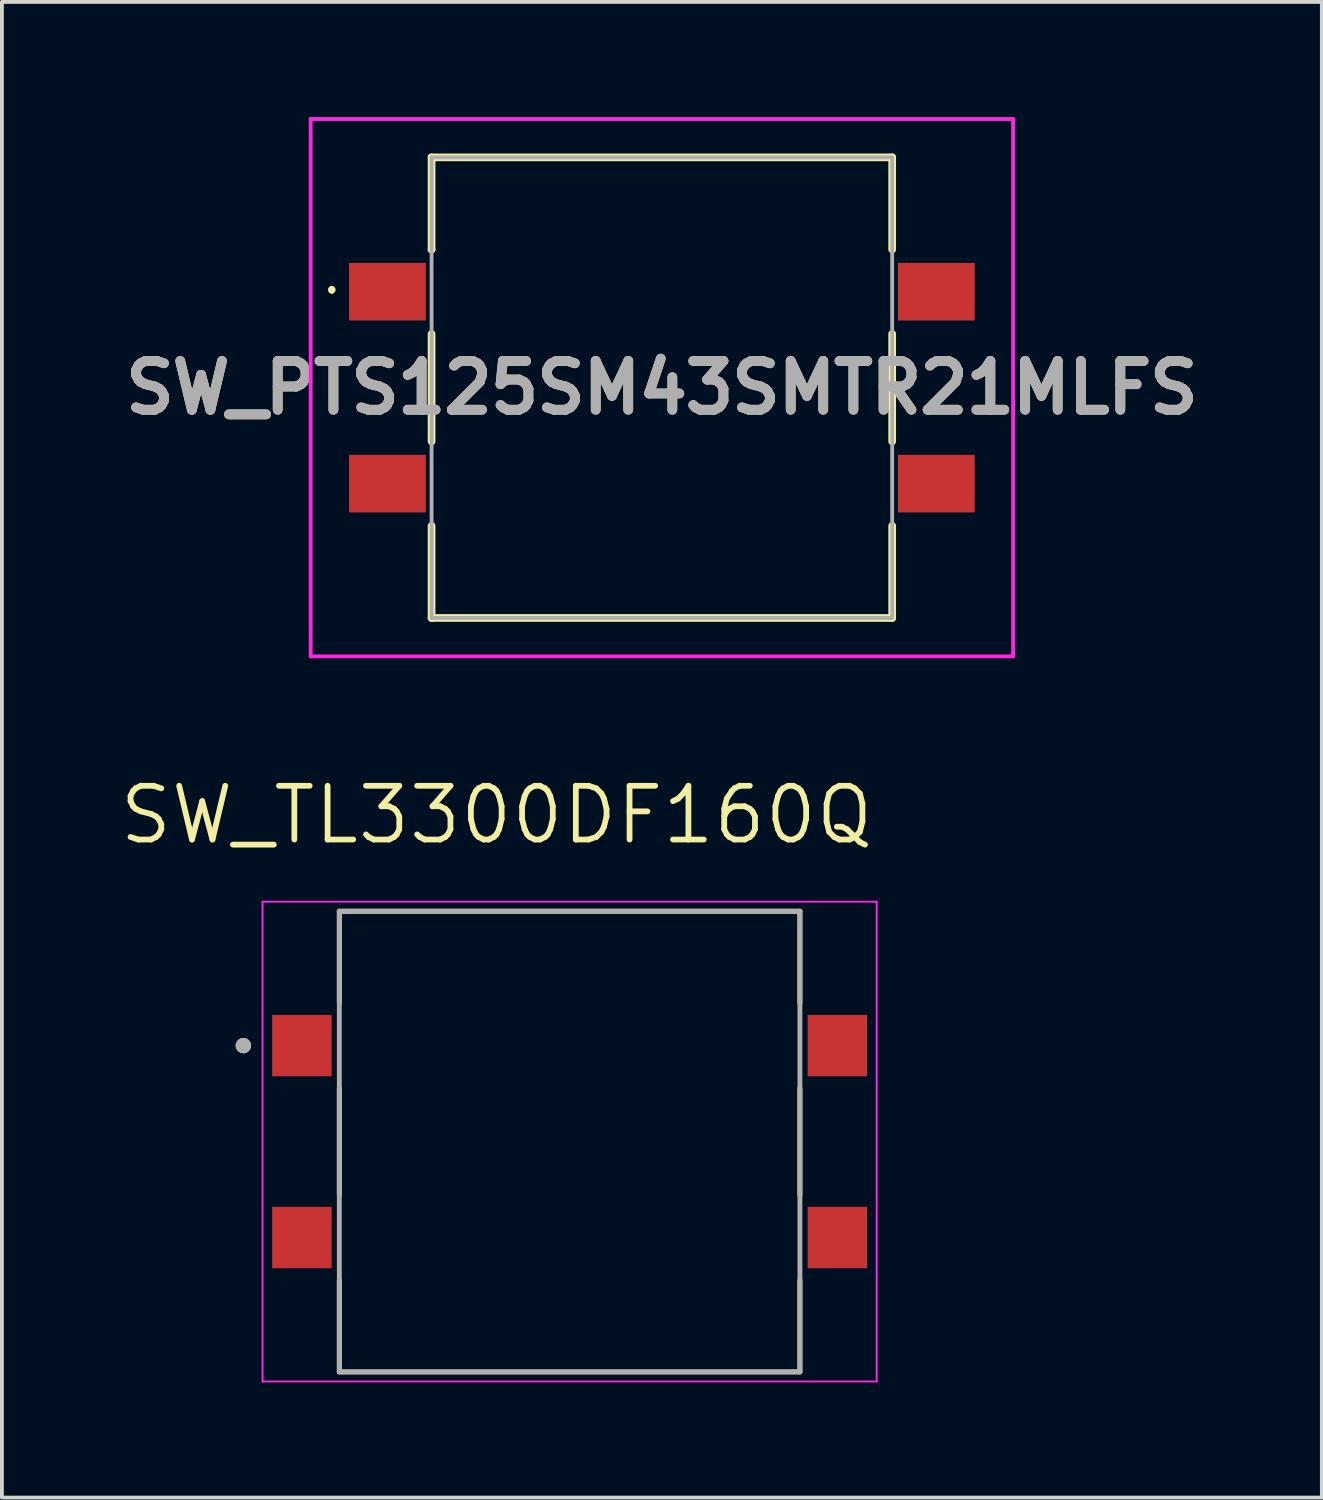
<source format=kicad_pcb>
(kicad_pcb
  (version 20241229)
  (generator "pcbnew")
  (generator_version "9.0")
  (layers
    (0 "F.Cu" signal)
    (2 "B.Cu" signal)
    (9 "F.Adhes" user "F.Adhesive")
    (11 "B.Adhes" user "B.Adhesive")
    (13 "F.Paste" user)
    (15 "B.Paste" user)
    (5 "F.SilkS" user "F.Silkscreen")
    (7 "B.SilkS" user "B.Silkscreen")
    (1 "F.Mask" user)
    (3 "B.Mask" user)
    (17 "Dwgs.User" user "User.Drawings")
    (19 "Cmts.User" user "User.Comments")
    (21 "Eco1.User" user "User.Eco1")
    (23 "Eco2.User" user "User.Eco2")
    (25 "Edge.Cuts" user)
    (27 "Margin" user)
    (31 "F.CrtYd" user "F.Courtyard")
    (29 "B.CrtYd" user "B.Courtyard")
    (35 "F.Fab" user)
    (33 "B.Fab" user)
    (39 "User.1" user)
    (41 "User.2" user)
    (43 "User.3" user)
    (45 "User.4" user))
  (footprint "SW_TL3300DF160Q"
    (layer "F.Cu")
    (at 11.79 26.691)
    (property "Reference" "SW_TL3300DF160Q" (at -1.905 -8.509 0) (layer "F.SilkS") (effects (font (size 1.4 1.4) (thickness 0.15))))
    (attr smd)
    (fp_line (start -6 -6) (end -6 -3.614) (stroke (width 0.127) (type solid)) (layer "F.SilkS"))
    (fp_line (start -6 -1.387) (end -6 1.387) (stroke (width 0.127) (type solid)) (layer "F.SilkS"))
    (fp_line (start -6 6) (end -6 3.614) (stroke (width 0.127) (type solid)) (layer "F.SilkS"))
    (fp_line (start -6 6) (end 6 6) (stroke (width 0.127) (type solid)) (layer "F.SilkS"))
    (fp_line (start 6 -6) (end -6 -6) (stroke (width 0.127) (type solid)) (layer "F.SilkS"))
    (fp_line (start 6 -6) (end 6 -3.614) (stroke (width 0.127) (type solid)) (layer "F.SilkS"))
    (fp_line (start 6 -1.387) (end 6 1.387) (stroke (width 0.127) (type solid)) (layer "F.SilkS"))
    (fp_line (start 6 6) (end 6 3.614) (stroke (width 0.127) (type solid)) (layer "F.SilkS"))
    (fp_circle (center -8.5 -2.5) (end -8.4 -2.5) (stroke (width 0.2) (type solid)) (fill no) (layer "F.SilkS"))
    (fp_line (start -8 -6.25) (end 8 -6.25) (stroke (width 0.05) (type solid)) (layer "F.CrtYd"))
    (fp_line (start -8 6.25) (end -8 -6.25) (stroke (width 0.05) (type solid)) (layer "F.CrtYd"))
    (fp_line (start 8 -6.25) (end 8 6.25) (stroke (width 0.05) (type solid)) (layer "F.CrtYd"))
    (fp_line (start 8 6.25) (end -8 6.25) (stroke (width 0.05) (type solid)) (layer "F.CrtYd"))
    (fp_line (start -6 -6) (end 6 -6) (stroke (width 0.127) (type solid)) (layer "F.Fab"))
    (fp_line (start -6 6) (end -6 -6) (stroke (width 0.127) (type solid)) (layer "F.Fab"))
    (fp_line (start 6 -6) (end 6 6) (stroke (width 0.127) (type solid)) (layer "F.Fab"))
    (fp_line (start 6 6) (end -6 6) (stroke (width 0.127) (type solid)) (layer "F.Fab"))
    (fp_circle (center -8.5 -2.5) (end -8.4 -2.5) (stroke (width 0.2) (type solid)) (fill no) (layer "F.Fab"))
    (pad "1" smd rect (at -6.975 -2.5) (size 1.55 1.6) (layers "F.Cu" "F.Mask" "F.Paste"))
    (pad "2" smd rect (at 6.975 -2.5) (size 1.55 1.6) (layers "F.Cu" "F.Mask" "F.Paste"))
    (pad "3" smd rect (at -6.975 2.5) (size 1.55 1.6) (layers "F.Cu" "F.Mask" "F.Paste"))
    (pad "4" smd rect (at 6.975 2.5) (size 1.55 1.6) (layers "F.Cu" "F.Mask" "F.Paste")))
  (footprint "SW_PTS125SM43SMTR21MLFS"
    (layer "F.Cu")
    (at 14.194 7.05)
    (property "Reference" "SW_PTS125SM43SMTR21MLFS" (at 0 0 0) (layer "F.SilkS") (effects (font (size 1.27 1.27) (thickness 0.254))))
    (attr smd)
    (fp_line (start -8.6 -2.6) (end -8.6 -2.6) (stroke (width 0.1) (type solid)) (layer "F.SilkS"))
    (fp_line (start -8.6 -2.5) (end -8.6 -2.5) (stroke (width 0.1) (type solid)) (layer "F.SilkS"))
    (fp_line (start -6 -6) (end 6 -6) (stroke (width 0.2) (type solid)) (layer "F.SilkS"))
    (fp_line (start -6 -3.6) (end -6 -6) (stroke (width 0.2) (type solid)) (layer "F.SilkS"))
    (fp_line (start -6 -3.6) (end -6 -3.6) (stroke (width 0.2) (type solid)) (layer "F.SilkS"))
    (fp_line (start -6 -1.4) (end -6 1.4) (stroke (width 0.2) (type solid)) (layer "F.SilkS"))
    (fp_line (start -6 3.6) (end -6 6) (stroke (width 0.2) (type solid)) (layer "F.SilkS"))
    (fp_line (start -6 6) (end 6 6) (stroke (width 0.2) (type solid)) (layer "F.SilkS"))
    (fp_line (start 6 -6) (end 6 -3.6) (stroke (width 0.2) (type solid)) (layer "F.SilkS"))
    (fp_line (start 6 -1.4) (end 6 1.4) (stroke (width 0.2) (type solid)) (layer "F.SilkS"))
    (fp_line (start 6 6) (end 6 3.6) (stroke (width 0.2) (type solid)) (layer "F.SilkS"))
    (fp_arc (start -8.6 -2.6) (mid -8.55 -2.55) (end -8.6 -2.5) (stroke (width 0.1) (type solid)) (layer "F.SilkS"))
    (fp_arc (start -8.6 -2.5) (mid -8.65 -2.55) (end -8.6 -2.6) (stroke (width 0.1) (type solid)) (layer "F.SilkS"))
    (fp_line (start -9.15 -7) (end 9.15 -7) (stroke (width 0.1) (type solid)) (layer "F.CrtYd"))
    (fp_line (start -9.15 7) (end -9.15 -7) (stroke (width 0.1) (type solid)) (layer "F.CrtYd"))
    (fp_line (start 9.15 -7) (end 9.15 7) (stroke (width 0.1) (type solid)) (layer "F.CrtYd"))
    (fp_line (start 9.15 7) (end -9.15 7) (stroke (width 0.1) (type solid)) (layer "F.CrtYd"))
    (fp_line (start -6 -6) (end 6 -6) (stroke (width 0.1) (type solid)) (layer "F.Fab"))
    (fp_line (start -6 6) (end -6 -6) (stroke (width 0.1) (type solid)) (layer "F.Fab"))
    (fp_line (start 6 -6) (end 6 6) (stroke (width 0.1) (type solid)) (layer "F.Fab"))
    (fp_line (start 6 6) (end -6 6) (stroke (width 0.1) (type solid)) (layer "F.Fab"))
    (fp_text user "${REFERENCE}" (at 0 0 0) (layer "F.Fab") (effects (font (size 1.27 1.27) (thickness 0.254))))
    (pad "1" smd rect (at -7.15 -2.5 90) (size 1.5 2) (layers "F.Cu" "F.Mask" "F.Paste"))
    (pad "2" smd rect (at 7.15 -2.5 90) (size 1.5 2) (layers "F.Cu" "F.Mask" "F.Paste"))
    (pad "3" smd rect (at -7.15 2.5 90) (size 1.5 2) (layers "F.Cu" "F.Mask" "F.Paste"))
    (pad "4" smd rect (at 7.15 2.5 90) (size 1.5 2) (layers "F.Cu" "F.Mask" "F.Paste")))
  (gr_rect
    (start -3 -3)
    (end 31.388 35.966)
    (stroke (width 0.1) (type default))
    (fill no)
    (layer "Edge.Cuts")))
</source>
